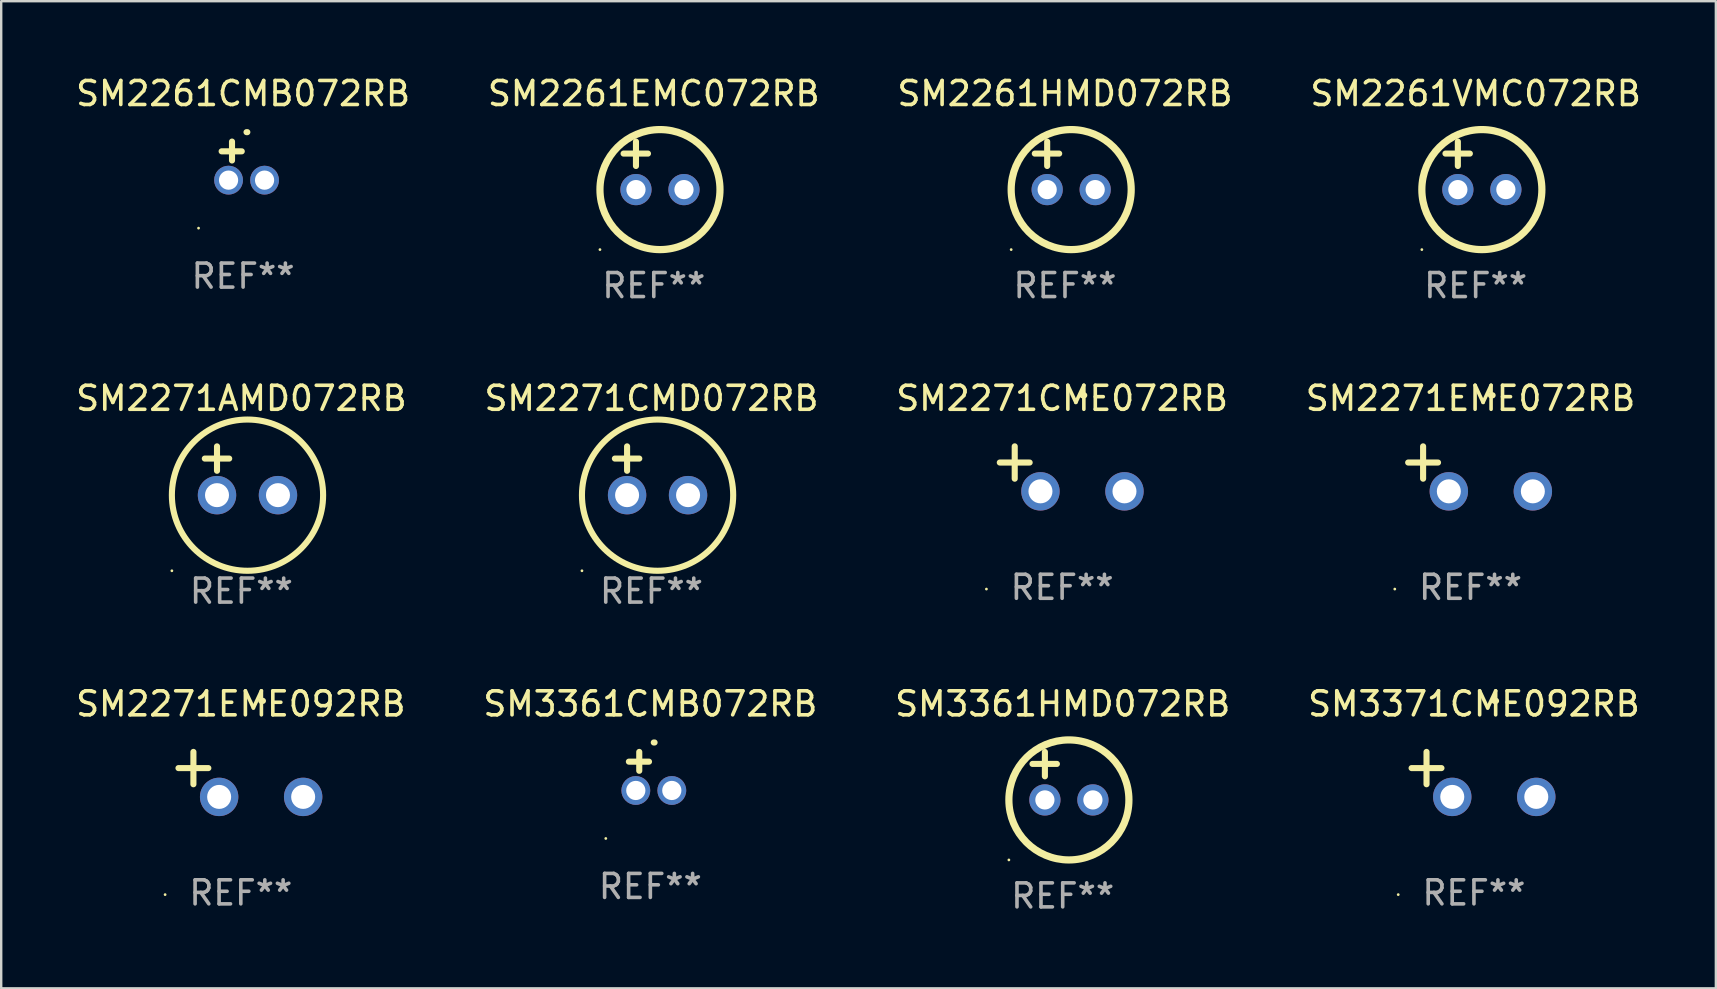
<source format=kicad_pcb>
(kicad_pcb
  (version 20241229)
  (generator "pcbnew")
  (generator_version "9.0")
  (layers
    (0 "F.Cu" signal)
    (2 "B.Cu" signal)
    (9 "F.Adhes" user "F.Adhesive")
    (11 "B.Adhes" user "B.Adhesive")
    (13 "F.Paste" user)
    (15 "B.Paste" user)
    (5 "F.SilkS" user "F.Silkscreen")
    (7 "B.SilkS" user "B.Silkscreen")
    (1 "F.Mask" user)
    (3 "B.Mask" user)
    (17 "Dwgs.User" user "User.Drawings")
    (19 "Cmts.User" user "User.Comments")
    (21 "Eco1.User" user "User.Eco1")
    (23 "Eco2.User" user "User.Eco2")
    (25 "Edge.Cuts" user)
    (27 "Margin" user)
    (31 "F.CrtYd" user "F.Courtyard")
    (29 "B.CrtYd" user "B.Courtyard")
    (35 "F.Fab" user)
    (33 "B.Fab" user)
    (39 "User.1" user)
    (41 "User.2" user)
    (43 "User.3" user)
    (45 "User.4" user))
  (footprint "SM2261VMC072RB"
    (layer "F.Cu")
    (at 58.423 3.848)
    (property "Reference" "SM2261VMC072RB" (at 0 -3 0) (layer "F.SilkS") (effects (font (size 1 1) (thickness 0.15))))
    (attr through_hole)
    (fp_line (start -1.258 -0.5) (end -0.242 -0.5) (stroke (width 0.254) (type solid)) (layer "F.SilkS"))
    (fp_line (start -0.742 -1) (end -0.742 0.016) (stroke (width 0.254) (type solid)) (layer "F.SilkS"))
    (fp_circle (center -2.242 3.5) (end -2.212 3.5) (stroke (width 0.06) (type solid)) (fill no) (layer "F.SilkS"))
    (fp_circle (center 0.258 1) (end 2.758 1) (stroke (width 0.3) (type solid)) (fill no) (layer "F.SilkS"))
    (fp_text user "REF**" (at 0 5 0) (layer "F.Fab") (effects (font (size 1 1) (thickness 0.15))))
    (pad "1" thru_hole circle (at -0.742 1) (size 1.3 1.3) (drill 0.8) (layers "*.Cu" "*.Mask"))
    (pad "2" thru_hole circle (at 1.258 1) (size 1.3 1.3) (drill 0.8) (layers "*.Cu" "*.Mask")))
  (footprint "SM2261CMB072RB"
    (layer "F.Cu")
    (at 7.077 3.651)
    (property "Reference" "SM2261CMB072RB" (at 0 -2.803 0) (layer "F.SilkS") (effects (font (size 1 1) (thickness 0.15))))
    (attr through_hole)
    (fp_line (start -0.462 -0.016) (end -0.462 -0.803) (stroke (width 0.254) (type solid)) (layer "F.SilkS"))
    (fp_line (start -0.056 -0.397) (end -0.894 -0.397) (stroke (width 0.254) (type solid)) (layer "F.SilkS"))
    (fp_arc (start 0.142799 -1.195784) (mid 0.159309 -1.195852) (end 0.175819 -1.195784) (stroke (width 0.254001) (type solid)) (layer "F.SilkS"))
    (fp_circle (center -1.856 2.803) (end -1.826 2.803) (stroke (width 0.06) (type solid)) (fill no) (layer "F.SilkS"))
    (fp_text user "REF**" (at 0 4.803 0) (layer "F.Fab") (effects (font (size 1 1) (thickness 0.15))))
    (pad "1" thru_hole circle (at -0.606 0.803) (size 1.2 1.2) (drill 0.8) (layers "*.Cu" "*.Mask"))
    (pad "2" thru_hole circle (at 0.894 0.803) (size 1.2 1.2) (drill 0.8) (layers "*.Cu" "*.Mask")))
  (footprint "SM2271AMD072RB"
    (layer "F.Cu")
    (at 7.006 16.561)
    (property "Reference" "SM2271AMD072RB" (at 0 -3.016 0) (layer "F.SilkS") (effects (font (size 1 1) (thickness 0.15))))
    (attr through_hole)
    (fp_line (start -1.524 -0.508) (end -0.508 -0.508) (stroke (width 0.254) (type solid)) (layer "F.SilkS"))
    (fp_line (start -1.016 -1.016) (end -1.016 0) (stroke (width 0.254) (type solid)) (layer "F.SilkS"))
    (fp_circle (center -2.896 4.166) (end -2.866 4.166) (stroke (width 0.06) (type solid)) (fill no) (layer "F.SilkS"))
    (fp_circle (center 0.254 1.016) (end 3.404 1.016) (stroke (width 0.254) (type solid)) (fill no) (layer "F.SilkS"))
    (fp_text user "REF**" (at 0 5.016 0) (layer "F.Fab") (effects (font (size 1 1) (thickness 0.15))))
    (pad "1" thru_hole circle (at -1.016 1.016) (size 1.6 1.6) (drill 1) (layers "*.Cu" "*.Mask"))
    (pad "2" thru_hole circle (at 1.524 1.016) (size 1.6 1.6) (drill 1) (layers "*.Cu" "*.Mask")))
  (footprint "SM2271EME072RB"
    (layer "F.Cu")
    (at 58.208 16.481)
    (property "Reference" "SM2271EME072RB" (at 0 -2.937 0) (layer "F.SilkS") (effects (font (size 1 1) (thickness 0.15))))
    (attr through_hole)
    (fp_line (start -1.975 0.41) (end -1.975 -0.937) (stroke (width 0.254) (type solid)) (layer "F.SilkS"))
    (fp_line (start -1.353 -0.263) (end -2.597 -0.263) (stroke (width 0.254) (type solid)) (layer "F.SilkS"))
    (fp_arc (start 0.849809 -3.063957) (mid 0.885369 -3.064114) (end 0.920929 -3.063957) (stroke (width 0.254001) (type solid)) (layer "F.SilkS"))
    (fp_circle (center -3.154 5.008) (end -3.124 5.008) (stroke (width 0.06) (type solid)) (fill no) (layer "F.SilkS"))
    (fp_text user "REF**" (at 0 4.937 0) (layer "F.Fab") (effects (font (size 1 1) (thickness 0.15))))
    (pad "1" thru_hole circle (at -0.903 0.937) (size 1.6 1.6) (drill 1) (layers "*.Cu" "*.Mask"))
    (pad "2" thru_hole circle (at 2.597 0.937) (size 1.6 1.6) (drill 1) (layers "*.Cu" "*.Mask")))
  (footprint "SM3361HMD072RB"
    (layer "F.Cu")
    (at 41.22 29.273)
    (property "Reference" "SM3361HMD072RB" (at 0 -3 0) (layer "F.SilkS") (effects (font (size 1 1) (thickness 0.15))))
    (attr through_hole)
    (fp_line (start -1.258 -0.5) (end -0.242 -0.5) (stroke (width 0.254) (type solid)) (layer "F.SilkS"))
    (fp_line (start -0.742 -1) (end -0.742 0.016) (stroke (width 0.254) (type solid)) (layer "F.SilkS"))
    (fp_circle (center -2.242 3.5) (end -2.212 3.5) (stroke (width 0.06) (type solid)) (fill no) (layer "F.SilkS"))
    (fp_circle (center 0.258 1) (end 2.758 1) (stroke (width 0.3) (type solid)) (fill no) (layer "F.SilkS"))
    (fp_text user "REF**" (at 0 5 0) (layer "F.Fab") (effects (font (size 1 1) (thickness 0.15))))
    (pad "1" thru_hole circle (at -0.742 1) (size 1.3 1.3) (drill 0.8) (layers "*.Cu" "*.Mask"))
    (pad "2" thru_hole circle (at 1.258 1) (size 1.3 1.3) (drill 0.8) (layers "*.Cu" "*.Mask")))
  (footprint "SM3361CMB072RB"
    (layer "F.Cu")
    (at 24.042 29.076)
    (property "Reference" "SM3361CMB072RB" (at 0 -2.803 0) (layer "F.SilkS") (effects (font (size 1 1) (thickness 0.15))))
    (attr through_hole)
    (fp_line (start -0.462 -0.016) (end -0.462 -0.803) (stroke (width 0.254) (type solid)) (layer "F.SilkS"))
    (fp_line (start -0.056 -0.397) (end -0.894 -0.397) (stroke (width 0.254) (type solid)) (layer "F.SilkS"))
    (fp_arc (start 0.142799 -1.195784) (mid 0.159309 -1.195852) (end 0.175819 -1.195784) (stroke (width 0.254001) (type solid)) (layer "F.SilkS"))
    (fp_circle (center -1.856 2.803) (end -1.826 2.803) (stroke (width 0.06) (type solid)) (fill no) (layer "F.SilkS"))
    (fp_text user "REF**" (at 0 4.803 0) (layer "F.Fab") (effects (font (size 1 1) (thickness 0.15))))
    (pad "1" thru_hole circle (at -0.606 0.803) (size 1.2 1.2) (drill 0.8) (layers "*.Cu" "*.Mask"))
    (pad "2" thru_hole circle (at 0.894 0.803) (size 1.2 1.2) (drill 0.8) (layers "*.Cu" "*.Mask")))
  (footprint "SM2271EME092RB"
    (layer "F.Cu")
    (at 6.982 29.21)
    (property "Reference" "SM2271EME092RB" (at 0 -2.937 0) (layer "F.SilkS") (effects (font (size 1 1) (thickness 0.15))))
    (attr through_hole)
    (fp_line (start -1.975 0.41) (end -1.975 -0.937) (stroke (width 0.254) (type solid)) (layer "F.SilkS"))
    (fp_line (start -1.353 -0.263) (end -2.597 -0.263) (stroke (width 0.254) (type solid)) (layer "F.SilkS"))
    (fp_arc (start 0.849809 -3.063957) (mid 0.885369 -3.064114) (end 0.920929 -3.063957) (stroke (width 0.254001) (type solid)) (layer "F.SilkS"))
    (fp_circle (center -3.154 5.008) (end -3.124 5.008) (stroke (width 0.06) (type solid)) (fill no) (layer "F.SilkS"))
    (fp_text user "REF**" (at 0 4.937 0) (layer "F.Fab") (effects (font (size 1 1) (thickness 0.15))))
    (pad "1" thru_hole circle (at -0.903 0.937) (size 1.6 1.6) (drill 1) (layers "*.Cu" "*.Mask"))
    (pad "2" thru_hole circle (at 2.597 0.937) (size 1.6 1.6) (drill 1) (layers "*.Cu" "*.Mask")))
  (footprint "SM3371CME092RB"
    (layer "F.Cu")
    (at 58.351 29.21)
    (property "Reference" "SM3371CME092RB" (at 0 -2.937 0) (layer "F.SilkS") (effects (font (size 1 1) (thickness 0.15))))
    (attr through_hole)
    (fp_line (start -1.975 0.41) (end -1.975 -0.937) (stroke (width 0.254) (type solid)) (layer "F.SilkS"))
    (fp_line (start -1.353 -0.263) (end -2.597 -0.263) (stroke (width 0.254) (type solid)) (layer "F.SilkS"))
    (fp_arc (start 0.849809 -3.063957) (mid 0.885369 -3.064114) (end 0.920929 -3.063957) (stroke (width 0.254001) (type solid)) (layer "F.SilkS"))
    (fp_circle (center -3.154 5.008) (end -3.124 5.008) (stroke (width 0.06) (type solid)) (fill no) (layer "F.SilkS"))
    (fp_text user "REF**" (at 0 4.937 0) (layer "F.Fab") (effects (font (size 1 1) (thickness 0.15))))
    (pad "1" thru_hole circle (at -0.903 0.937) (size 1.6 1.6) (drill 1) (layers "*.Cu" "*.Mask"))
    (pad "2" thru_hole circle (at 2.597 0.937) (size 1.6 1.6) (drill 1) (layers "*.Cu" "*.Mask")))
  (footprint "SM2271CMD072RB"
    (layer "F.Cu")
    (at 24.089 16.561)
    (property "Reference" "SM2271CMD072RB" (at 0 -3.016 0) (layer "F.SilkS") (effects (font (size 1 1) (thickness 0.15))))
    (attr through_hole)
    (fp_line (start -1.524 -0.508) (end -0.508 -0.508) (stroke (width 0.254) (type solid)) (layer "F.SilkS"))
    (fp_line (start -1.016 -1.016) (end -1.016 0) (stroke (width 0.254) (type solid)) (layer "F.SilkS"))
    (fp_circle (center -2.896 4.166) (end -2.866 4.166) (stroke (width 0.06) (type solid)) (fill no) (layer "F.SilkS"))
    (fp_circle (center 0.254 1.016) (end 3.404 1.016) (stroke (width 0.254) (type solid)) (fill no) (layer "F.SilkS"))
    (fp_text user "REF**" (at 0 5.016 0) (layer "F.Fab") (effects (font (size 1 1) (thickness 0.15))))
    (pad "1" thru_hole circle (at -1.016 1.016) (size 1.6 1.6) (drill 1) (layers "*.Cu" "*.Mask"))
    (pad "2" thru_hole circle (at 1.524 1.016) (size 1.6 1.6) (drill 1) (layers "*.Cu" "*.Mask")))
  (footprint "SM2271CME072RB"
    (layer "F.Cu")
    (at 41.196 16.481)
    (property "Reference" "SM2271CME072RB" (at 0 -2.937 0) (layer "F.SilkS") (effects (font (size 1 1) (thickness 0.15))))
    (attr through_hole)
    (fp_line (start -1.975 0.41) (end -1.975 -0.937) (stroke (width 0.254) (type solid)) (layer "F.SilkS"))
    (fp_line (start -1.353 -0.263) (end -2.597 -0.263) (stroke (width 0.254) (type solid)) (layer "F.SilkS"))
    (fp_arc (start 0.849809 -3.063957) (mid 0.885369 -3.064114) (end 0.920929 -3.063957) (stroke (width 0.254001) (type solid)) (layer "F.SilkS"))
    (fp_circle (center -3.154 5.008) (end -3.124 5.008) (stroke (width 0.06) (type solid)) (fill no) (layer "F.SilkS"))
    (fp_text user "REF**" (at 0 4.937 0) (layer "F.Fab") (effects (font (size 1 1) (thickness 0.15))))
    (pad "1" thru_hole circle (at -0.903 0.937) (size 1.6 1.6) (drill 1) (layers "*.Cu" "*.Mask"))
    (pad "2" thru_hole circle (at 2.597 0.937) (size 1.6 1.6) (drill 1) (layers "*.Cu" "*.Mask")))
  (footprint "SM2261HMD072RB"
    (layer "F.Cu")
    (at 41.315 3.848)
    (property "Reference" "SM2261HMD072RB" (at 0 -3 0) (layer "F.SilkS") (effects (font (size 1 1) (thickness 0.15))))
    (attr through_hole)
    (fp_line (start -1.258 -0.5) (end -0.242 -0.5) (stroke (width 0.254) (type solid)) (layer "F.SilkS"))
    (fp_line (start -0.742 -1) (end -0.742 0.016) (stroke (width 0.254) (type solid)) (layer "F.SilkS"))
    (fp_circle (center -2.242 3.5) (end -2.212 3.5) (stroke (width 0.06) (type solid)) (fill no) (layer "F.SilkS"))
    (fp_circle (center 0.258 1) (end 2.758 1) (stroke (width 0.3) (type solid)) (fill no) (layer "F.SilkS"))
    (fp_text user "REF**" (at 0 5 0) (layer "F.Fab") (effects (font (size 1 1) (thickness 0.15))))
    (pad "1" thru_hole circle (at -0.742 1) (size 1.3 1.3) (drill 0.8) (layers "*.Cu" "*.Mask"))
    (pad "2" thru_hole circle (at 1.258 1) (size 1.3 1.3) (drill 0.8) (layers "*.Cu" "*.Mask")))
  (footprint "SM2261EMC072RB"
    (layer "F.Cu")
    (at 24.185 3.848)
    (property "Reference" "SM2261EMC072RB" (at 0 -3 0) (layer "F.SilkS") (effects (font (size 1 1) (thickness 0.15))))
    (attr through_hole)
    (fp_line (start -1.258 -0.5) (end -0.242 -0.5) (stroke (width 0.254) (type solid)) (layer "F.SilkS"))
    (fp_line (start -0.742 -1) (end -0.742 0.016) (stroke (width 0.254) (type solid)) (layer "F.SilkS"))
    (fp_circle (center -2.242 3.5) (end -2.212 3.5) (stroke (width 0.06) (type solid)) (fill no) (layer "F.SilkS"))
    (fp_circle (center 0.258 1) (end 2.758 1) (stroke (width 0.3) (type solid)) (fill no) (layer "F.SilkS"))
    (fp_text user "REF**" (at 0 5 0) (layer "F.Fab") (effects (font (size 1 1) (thickness 0.15))))
    (pad "1" thru_hole circle (at -0.742 1) (size 1.3 1.3) (drill 0.8) (layers "*.Cu" "*.Mask"))
    (pad "2" thru_hole circle (at 1.258 1) (size 1.3 1.3) (drill 0.8) (layers "*.Cu" "*.Mask")))
  (gr_rect
    (start -3 -3)
    (end 68.429 38.122)
    (stroke (width 0.1) (type default))
    (fill no)
    (layer "Edge.Cuts")))
</source>
